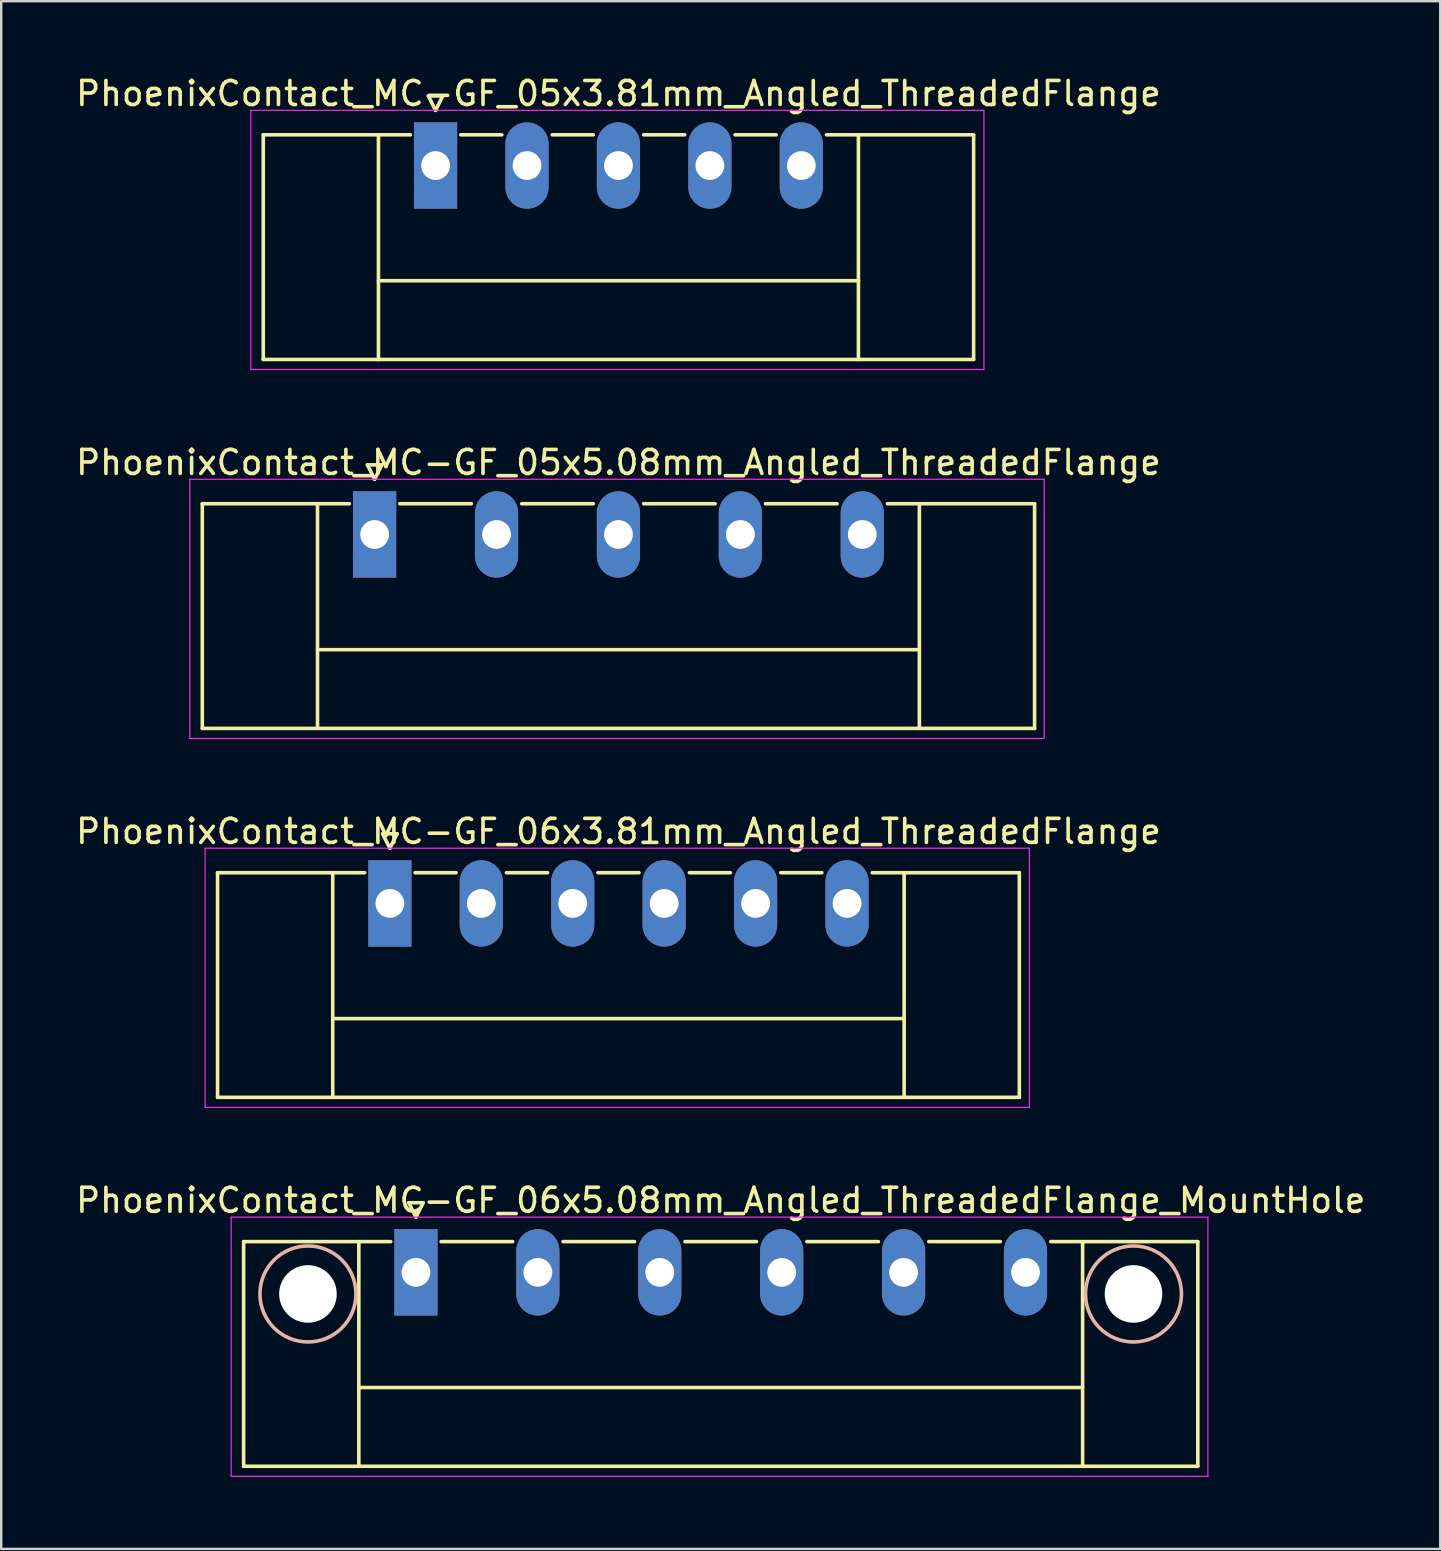
<source format=kicad_pcb>
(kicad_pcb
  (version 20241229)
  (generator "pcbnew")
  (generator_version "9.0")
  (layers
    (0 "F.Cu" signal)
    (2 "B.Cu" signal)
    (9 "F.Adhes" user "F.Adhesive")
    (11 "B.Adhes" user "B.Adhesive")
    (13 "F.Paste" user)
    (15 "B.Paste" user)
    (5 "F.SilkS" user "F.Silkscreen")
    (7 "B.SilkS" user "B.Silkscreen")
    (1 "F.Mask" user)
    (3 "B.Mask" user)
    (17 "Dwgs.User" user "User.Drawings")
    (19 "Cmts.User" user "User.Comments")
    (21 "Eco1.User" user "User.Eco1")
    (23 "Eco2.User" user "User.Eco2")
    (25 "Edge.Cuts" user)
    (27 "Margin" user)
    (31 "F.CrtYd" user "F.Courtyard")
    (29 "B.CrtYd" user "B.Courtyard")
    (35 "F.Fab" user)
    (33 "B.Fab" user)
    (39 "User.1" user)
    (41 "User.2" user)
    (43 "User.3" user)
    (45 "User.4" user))
  (footprint "PhoenixContact_MC-GF_06x5.08mm_Angled_ThreadedFlange_MountHole"
    (layer "F.Cu")
    (at 14.282 49.968)
    (property "Reference" "PhoenixContact_MC-GF_06x5.08mm_Angled_ThreadedFlange_MountHole" (at 12.7 -3 0) (layer "F.SilkS") (effects (font (size 1 1) (thickness 0.15))))
    (attr through_hole)
    (fp_line (start -7.18 -1.28) (end -7.18 8.08) (stroke (width 0.15) (type solid)) (layer "F.SilkS"))
    (fp_line (start -7.18 -1.28) (end -1.05 -1.28) (stroke (width 0.15) (type solid)) (layer "F.SilkS"))
    (fp_line (start -7.18 8.08) (end 32.58 8.08) (stroke (width 0.15) (type solid)) (layer "F.SilkS"))
    (fp_line (start -2.38 -1.28) (end -2.38 8.08) (stroke (width 0.15) (type solid)) (layer "F.SilkS"))
    (fp_line (start -2.38 4.8) (end 27.78 4.8) (stroke (width 0.15) (type solid)) (layer "F.SilkS"))
    (fp_line (start -0.3 -2.9) (end 0 -2.3) (stroke (width 0.15) (type solid)) (layer "F.SilkS"))
    (fp_line (start 0 -2.3) (end 0.3 -2.9) (stroke (width 0.15) (type solid)) (layer "F.SilkS"))
    (fp_line (start 0.3 -2.9) (end -0.3 -2.9) (stroke (width 0.15) (type solid)) (layer "F.SilkS"))
    (fp_line (start 1.05 -1.28) (end 4.03 -1.28) (stroke (width 0.15) (type solid)) (layer "F.SilkS"))
    (fp_line (start 6.13 -1.28) (end 9.11 -1.28) (stroke (width 0.15) (type solid)) (layer "F.SilkS"))
    (fp_line (start 11.21 -1.28) (end 14.19 -1.28) (stroke (width 0.15) (type solid)) (layer "F.SilkS"))
    (fp_line (start 16.29 -1.28) (end 19.27 -1.28) (stroke (width 0.15) (type solid)) (layer "F.SilkS"))
    (fp_line (start 21.37 -1.28) (end 24.35 -1.28) (stroke (width 0.15) (type solid)) (layer "F.SilkS"))
    (fp_line (start 27.78 -1.28) (end 27.78 8.08) (stroke (width 0.15) (type solid)) (layer "F.SilkS"))
    (fp_line (start 32.58 -1.28) (end 26.45 -1.28) (stroke (width 0.15) (type solid)) (layer "F.SilkS"))
    (fp_line (start 32.58 8.08) (end 32.58 -1.28) (stroke (width 0.15) (type solid)) (layer "F.SilkS"))
    (fp_circle (center -4.5 0.9) (end -2.5 0.9) (stroke (width 0.15) (type solid)) (fill no) (layer "B.SilkS"))
    (fp_circle (center 29.9 0.9) (end 31.9 0.9) (stroke (width 0.15) (type solid)) (fill no) (layer "B.SilkS"))
    (fp_line (start -7.7 -2.3) (end -7.7 8.5) (stroke (width 0.05) (type solid)) (layer "F.CrtYd"))
    (fp_line (start -7.7 8.5) (end 33 8.5) (stroke (width 0.05) (type solid)) (layer "F.CrtYd"))
    (fp_line (start 33 -2.3) (end -7.7 -2.3) (stroke (width 0.05) (type solid)) (layer "F.CrtYd"))
    (fp_line (start 33 8.5) (end 33 -2.3) (stroke (width 0.05) (type solid)) (layer "F.CrtYd"))
    (pad "" np_thru_hole circle (at -4.5 0.9) (size 2.4 2.4) (drill 2.4) (layers "*.Cu" "*.Mask"))
    (pad "" np_thru_hole circle (at 29.9 0.9) (size 2.4 2.4) (drill 2.4) (layers "*.Cu" "*.Mask"))
    (pad "1" thru_hole rect (at 0 0) (size 1.8 3.6) (drill 1.2) (layers "*.Cu" "*.Mask"))
    (pad "2" thru_hole oval (at 5.08 0) (size 1.8 3.6) (drill 1.2) (layers "*.Cu" "*.Mask"))
    (pad "3" thru_hole oval (at 10.16 0) (size 1.8 3.6) (drill 1.2) (layers "*.Cu" "*.Mask"))
    (pad "4" thru_hole oval (at 15.24 0) (size 1.8 3.6) (drill 1.2) (layers "*.Cu" "*.Mask"))
    (pad "5" thru_hole oval (at 20.32 0) (size 1.8 3.6) (drill 1.2) (layers "*.Cu" "*.Mask"))
    (pad "6" thru_hole oval (at 25.4 0) (size 1.8 3.6) (drill 1.2) (layers "*.Cu" "*.Mask")))
  (footprint "PhoenixContact_MC-GF_06x3.81mm_Angled_ThreadedFlange"
    (layer "F.Cu")
    (at 13.195 34.595)
    (property "Reference" "PhoenixContact_MC-GF_06x3.81mm_Angled_ThreadedFlange" (at 9.525 -3 0) (layer "F.SilkS") (effects (font (size 1 1) (thickness 0.15))))
    (attr through_hole)
    (fp_line (start -7.18 -1.28) (end -7.18 8.08) (stroke (width 0.15) (type solid)) (layer "F.SilkS"))
    (fp_line (start -7.18 -1.28) (end -1.05 -1.28) (stroke (width 0.15) (type solid)) (layer "F.SilkS"))
    (fp_line (start -7.18 8.08) (end 26.23 8.08) (stroke (width 0.15) (type solid)) (layer "F.SilkS"))
    (fp_line (start -2.38 -1.28) (end -2.38 8.08) (stroke (width 0.15) (type solid)) (layer "F.SilkS"))
    (fp_line (start -2.38 4.8) (end 21.43 4.8) (stroke (width 0.15) (type solid)) (layer "F.SilkS"))
    (fp_line (start -0.3 -2.9) (end 0 -2.3) (stroke (width 0.15) (type solid)) (layer "F.SilkS"))
    (fp_line (start 0 -2.3) (end 0.3 -2.9) (stroke (width 0.15) (type solid)) (layer "F.SilkS"))
    (fp_line (start 0.3 -2.9) (end -0.3 -2.9) (stroke (width 0.15) (type solid)) (layer "F.SilkS"))
    (fp_line (start 1.05 -1.28) (end 2.76 -1.28) (stroke (width 0.15) (type solid)) (layer "F.SilkS"))
    (fp_line (start 4.86 -1.28) (end 6.57 -1.28) (stroke (width 0.15) (type solid)) (layer "F.SilkS"))
    (fp_line (start 8.67 -1.28) (end 10.38 -1.28) (stroke (width 0.15) (type solid)) (layer "F.SilkS"))
    (fp_line (start 12.48 -1.28) (end 14.19 -1.28) (stroke (width 0.15) (type solid)) (layer "F.SilkS"))
    (fp_line (start 16.29 -1.28) (end 18 -1.28) (stroke (width 0.15) (type solid)) (layer "F.SilkS"))
    (fp_line (start 21.43 -1.28) (end 21.43 8.08) (stroke (width 0.15) (type solid)) (layer "F.SilkS"))
    (fp_line (start 26.23 -1.28) (end 20.1 -1.28) (stroke (width 0.15) (type solid)) (layer "F.SilkS"))
    (fp_line (start 26.23 8.08) (end 26.23 -1.28) (stroke (width 0.15) (type solid)) (layer "F.SilkS"))
    (fp_line (start -7.7 -2.3) (end -7.7 8.5) (stroke (width 0.05) (type solid)) (layer "F.CrtYd"))
    (fp_line (start -7.7 8.5) (end 26.65 8.5) (stroke (width 0.05) (type solid)) (layer "F.CrtYd"))
    (fp_line (start 26.65 -2.3) (end -7.7 -2.3) (stroke (width 0.05) (type solid)) (layer "F.CrtYd"))
    (fp_line (start 26.65 8.5) (end 26.65 -2.3) (stroke (width 0.05) (type solid)) (layer "F.CrtYd"))
    (pad "1" thru_hole rect (at 0 0) (size 1.8 3.6) (drill 1.2) (layers "*.Cu" "*.Mask"))
    (pad "2" thru_hole oval (at 3.81 0) (size 1.8 3.6) (drill 1.2) (layers "*.Cu" "*.Mask"))
    (pad "3" thru_hole oval (at 7.62 0) (size 1.8 3.6) (drill 1.2) (layers "*.Cu" "*.Mask"))
    (pad "4" thru_hole oval (at 11.43 0) (size 1.8 3.6) (drill 1.2) (layers "*.Cu" "*.Mask"))
    (pad "5" thru_hole oval (at 15.24 0) (size 1.8 3.6) (drill 1.2) (layers "*.Cu" "*.Mask"))
    (pad "6" thru_hole oval (at 19.05 0) (size 1.8 3.6) (drill 1.2) (layers "*.Cu" "*.Mask")))
  (footprint "PhoenixContact_MC-GF_05x5.08mm_Angled_ThreadedFlange"
    (layer "F.Cu")
    (at 12.56 19.221)
    (property "Reference" "PhoenixContact_MC-GF_05x5.08mm_Angled_ThreadedFlange" (at 10.16 -3 0) (layer "F.SilkS") (effects (font (size 1 1) (thickness 0.15))))
    (attr through_hole)
    (fp_line (start -7.18 -1.28) (end -7.18 8.08) (stroke (width 0.15) (type solid)) (layer "F.SilkS"))
    (fp_line (start -7.18 -1.28) (end -1.05 -1.28) (stroke (width 0.15) (type solid)) (layer "F.SilkS"))
    (fp_line (start -7.18 8.08) (end 27.5 8.08) (stroke (width 0.15) (type solid)) (layer "F.SilkS"))
    (fp_line (start -2.38 -1.28) (end -2.38 8.08) (stroke (width 0.15) (type solid)) (layer "F.SilkS"))
    (fp_line (start -2.38 4.8) (end 22.7 4.8) (stroke (width 0.15) (type solid)) (layer "F.SilkS"))
    (fp_line (start -0.3 -2.9) (end 0 -2.3) (stroke (width 0.15) (type solid)) (layer "F.SilkS"))
    (fp_line (start 0 -2.3) (end 0.3 -2.9) (stroke (width 0.15) (type solid)) (layer "F.SilkS"))
    (fp_line (start 0.3 -2.9) (end -0.3 -2.9) (stroke (width 0.15) (type solid)) (layer "F.SilkS"))
    (fp_line (start 1.05 -1.28) (end 4.03 -1.28) (stroke (width 0.15) (type solid)) (layer "F.SilkS"))
    (fp_line (start 6.13 -1.28) (end 9.11 -1.28) (stroke (width 0.15) (type solid)) (layer "F.SilkS"))
    (fp_line (start 11.21 -1.28) (end 14.19 -1.28) (stroke (width 0.15) (type solid)) (layer "F.SilkS"))
    (fp_line (start 16.29 -1.28) (end 19.27 -1.28) (stroke (width 0.15) (type solid)) (layer "F.SilkS"))
    (fp_line (start 22.7 -1.28) (end 22.7 8.08) (stroke (width 0.15) (type solid)) (layer "F.SilkS"))
    (fp_line (start 27.5 -1.28) (end 21.37 -1.28) (stroke (width 0.15) (type solid)) (layer "F.SilkS"))
    (fp_line (start 27.5 8.08) (end 27.5 -1.28) (stroke (width 0.15) (type solid)) (layer "F.SilkS"))
    (fp_line (start -7.7 -2.3) (end -7.7 8.5) (stroke (width 0.05) (type solid)) (layer "F.CrtYd"))
    (fp_line (start -7.7 8.5) (end 27.9 8.5) (stroke (width 0.05) (type solid)) (layer "F.CrtYd"))
    (fp_line (start 27.9 -2.3) (end -7.7 -2.3) (stroke (width 0.05) (type solid)) (layer "F.CrtYd"))
    (fp_line (start 27.9 8.5) (end 27.9 -2.3) (stroke (width 0.05) (type solid)) (layer "F.CrtYd"))
    (pad "1" thru_hole rect (at 0 0) (size 1.8 3.6) (drill 1.2) (layers "*.Cu" "*.Mask"))
    (pad "2" thru_hole oval (at 5.08 0) (size 1.8 3.6) (drill 1.2) (layers "*.Cu" "*.Mask"))
    (pad "3" thru_hole oval (at 10.16 0) (size 1.8 3.6) (drill 1.2) (layers "*.Cu" "*.Mask"))
    (pad "4" thru_hole oval (at 15.24 0) (size 1.8 3.6) (drill 1.2) (layers "*.Cu" "*.Mask"))
    (pad "5" thru_hole oval (at 20.32 0) (size 1.8 3.6) (drill 1.2) (layers "*.Cu" "*.Mask")))
  (footprint "PhoenixContact_MC-GF_05x3.81mm_Angled_ThreadedFlange"
    (layer "F.Cu")
    (at 15.1 3.848)
    (property "Reference" "PhoenixContact_MC-GF_05x3.81mm_Angled_ThreadedFlange" (at 7.62 -3 0) (layer "F.SilkS") (effects (font (size 1 1) (thickness 0.15))))
    (attr through_hole)
    (fp_line (start -7.18 -1.28) (end -7.18 8.08) (stroke (width 0.15) (type solid)) (layer "F.SilkS"))
    (fp_line (start -7.18 -1.28) (end -1.05 -1.28) (stroke (width 0.15) (type solid)) (layer "F.SilkS"))
    (fp_line (start -7.18 8.08) (end 22.42 8.08) (stroke (width 0.15) (type solid)) (layer "F.SilkS"))
    (fp_line (start -2.38 -1.28) (end -2.38 8.08) (stroke (width 0.15) (type solid)) (layer "F.SilkS"))
    (fp_line (start -2.38 4.8) (end 17.62 4.8) (stroke (width 0.15) (type solid)) (layer "F.SilkS"))
    (fp_line (start -0.3 -2.9) (end 0 -2.3) (stroke (width 0.15) (type solid)) (layer "F.SilkS"))
    (fp_line (start 0 -2.3) (end 0.3 -2.9) (stroke (width 0.15) (type solid)) (layer "F.SilkS"))
    (fp_line (start 0.3 -2.9) (end -0.3 -2.9) (stroke (width 0.15) (type solid)) (layer "F.SilkS"))
    (fp_line (start 1.05 -1.28) (end 2.76 -1.28) (stroke (width 0.15) (type solid)) (layer "F.SilkS"))
    (fp_line (start 4.86 -1.28) (end 6.57 -1.28) (stroke (width 0.15) (type solid)) (layer "F.SilkS"))
    (fp_line (start 8.67 -1.28) (end 10.38 -1.28) (stroke (width 0.15) (type solid)) (layer "F.SilkS"))
    (fp_line (start 12.48 -1.28) (end 14.19 -1.28) (stroke (width 0.15) (type solid)) (layer "F.SilkS"))
    (fp_line (start 17.62 -1.28) (end 17.62 8.08) (stroke (width 0.15) (type solid)) (layer "F.SilkS"))
    (fp_line (start 22.42 -1.28) (end 16.29 -1.28) (stroke (width 0.15) (type solid)) (layer "F.SilkS"))
    (fp_line (start 22.42 8.08) (end 22.42 -1.28) (stroke (width 0.15) (type solid)) (layer "F.SilkS"))
    (fp_line (start -7.7 -2.3) (end -7.7 8.5) (stroke (width 0.05) (type solid)) (layer "F.CrtYd"))
    (fp_line (start -7.7 8.5) (end 22.85 8.5) (stroke (width 0.05) (type solid)) (layer "F.CrtYd"))
    (fp_line (start 22.85 -2.3) (end -7.7 -2.3) (stroke (width 0.05) (type solid)) (layer "F.CrtYd"))
    (fp_line (start 22.85 8.5) (end 22.85 -2.3) (stroke (width 0.05) (type solid)) (layer "F.CrtYd"))
    (pad "1" thru_hole rect (at 0 0) (size 1.8 3.6) (drill 1.2) (layers "*.Cu" "*.Mask"))
    (pad "2" thru_hole oval (at 3.81 0) (size 1.8 3.6) (drill 1.2) (layers "*.Cu" "*.Mask"))
    (pad "3" thru_hole oval (at 7.62 0) (size 1.8 3.6) (drill 1.2) (layers "*.Cu" "*.Mask"))
    (pad "4" thru_hole oval (at 11.43 0) (size 1.8 3.6) (drill 1.2) (layers "*.Cu" "*.Mask"))
    (pad "5" thru_hole oval (at 15.24 0) (size 1.8 3.6) (drill 1.2) (layers "*.Cu" "*.Mask")))
  (gr_rect
    (start -3 -3)
    (end 56.964 61.493)
    (stroke (width 0.1) (type default))
    (fill no)
    (layer "Edge.Cuts")))
</source>
